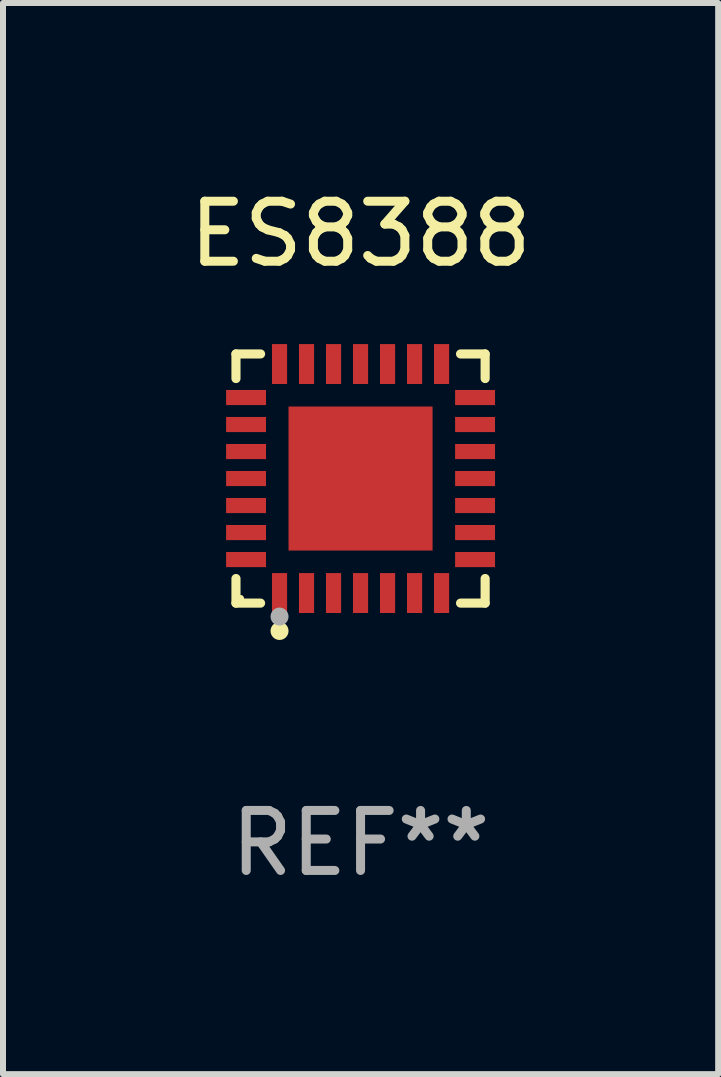
<source format=kicad_pcb>
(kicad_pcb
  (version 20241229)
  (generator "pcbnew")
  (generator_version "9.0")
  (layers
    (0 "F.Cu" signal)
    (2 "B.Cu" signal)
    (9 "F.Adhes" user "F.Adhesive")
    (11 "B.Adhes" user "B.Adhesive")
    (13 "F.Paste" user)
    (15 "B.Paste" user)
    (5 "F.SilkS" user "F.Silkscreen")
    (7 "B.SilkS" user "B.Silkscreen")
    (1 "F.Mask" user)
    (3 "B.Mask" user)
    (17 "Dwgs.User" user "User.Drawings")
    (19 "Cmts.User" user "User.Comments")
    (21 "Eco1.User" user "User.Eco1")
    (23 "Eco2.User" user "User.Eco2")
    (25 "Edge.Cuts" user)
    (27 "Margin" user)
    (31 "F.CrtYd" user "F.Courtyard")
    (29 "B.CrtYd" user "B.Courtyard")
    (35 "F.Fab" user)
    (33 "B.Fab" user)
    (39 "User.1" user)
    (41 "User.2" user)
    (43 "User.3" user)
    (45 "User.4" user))
  (footprint "ES8388"
    (layer "F.Cu")
    (at 2.958 4.924)
    (property "Reference" "ES8388" (at 0 -4.076 0) (layer "F.SilkS") (effects (font (size 1 1) (thickness 0.15))))
    (attr through_hole)
    (fp_line (start -2.076 -2.076) (end -1.666 -2.076) (stroke (width 0.152) (type solid)) (layer "F.SilkS"))
    (fp_line (start -2.076 -1.666) (end -2.076 -2.076) (stroke (width 0.152) (type solid)) (layer "F.SilkS"))
    (fp_line (start -2.076 1.666) (end -2.076 2.076) (stroke (width 0.152) (type solid)) (layer "F.SilkS"))
    (fp_line (start -2.076 2.076) (end -1.666 2.076) (stroke (width 0.152) (type solid)) (layer "F.SilkS"))
    (fp_line (start 2.076 -2.076) (end 1.666 -2.076) (stroke (width 0.152) (type solid)) (layer "F.SilkS"))
    (fp_line (start 2.076 -1.666) (end 2.076 -2.076) (stroke (width 0.152) (type solid)) (layer "F.SilkS"))
    (fp_line (start 2.076 1.666) (end 2.076 2.076) (stroke (width 0.152) (type solid)) (layer "F.SilkS"))
    (fp_line (start 2.076 2.076) (end 1.666 2.076) (stroke (width 0.152) (type solid)) (layer "F.SilkS"))
    (fp_circle (center -2 2) (end -1.97 2) (stroke (width 0.06) (type solid)) (fill no) (layer "F.SilkS"))
    (fp_circle (center -1.35 2.54) (end -1.275 2.54) (stroke (width 0.15) (type solid)) (fill no) (layer "F.SilkS"))
    (fp_circle (center -1.35 2.3) (end -1.275 2.3) (stroke (width 0.15) (type solid)) (fill no) (layer "F.Fab"))
    (fp_text user "REF**" (at 0 6.076 0) (layer "F.Fab") (effects (font (size 1 1) (thickness 0.15))))
    (pad "1" smd rect (at -1.35 1.908) (size 0.252 0.665) (layers "F.Cu" "F.Mask" "F.Paste"))
    (pad "2" smd rect (at -0.9 1.908) (size 0.252 0.665) (layers "F.Cu" "F.Mask" "F.Paste"))
    (pad "3" smd rect (at -0.45 1.908) (size 0.252 0.665) (layers "F.Cu" "F.Mask" "F.Paste"))
    (pad "4" smd rect (at 0 1.908) (size 0.252 0.665) (layers "F.Cu" "F.Mask" "F.Paste"))
    (pad "5" smd rect (at 0.45 1.908) (size 0.252 0.665) (layers "F.Cu" "F.Mask" "F.Paste"))
    (pad "6" smd rect (at 0.9 1.908) (size 0.252 0.665) (layers "F.Cu" "F.Mask" "F.Paste"))
    (pad "7" smd rect (at 1.35 1.908) (size 0.252 0.665) (layers "F.Cu" "F.Mask" "F.Paste"))
    (pad "8" smd rect (at 1.908 1.35) (size 0.665 0.252) (layers "F.Cu" "F.Mask" "F.Paste"))
    (pad "9" smd rect (at 1.908 0.9) (size 0.665 0.252) (layers "F.Cu" "F.Mask" "F.Paste"))
    (pad "10" smd rect (at 1.908 0.45) (size 0.665 0.252) (layers "F.Cu" "F.Mask" "F.Paste"))
    (pad "11" smd rect (at 1.908 0) (size 0.665 0.252) (layers "F.Cu" "F.Mask" "F.Paste"))
    (pad "12" smd rect (at 1.908 -0.45) (size 0.665 0.252) (layers "F.Cu" "F.Mask" "F.Paste"))
    (pad "13" smd rect (at 1.908 -0.9) (size 0.665 0.252) (layers "F.Cu" "F.Mask" "F.Paste"))
    (pad "14" smd rect (at 1.908 -1.35) (size 0.665 0.252) (layers "F.Cu" "F.Mask" "F.Paste"))
    (pad "15" smd rect (at 1.35 -1.908) (size 0.252 0.665) (layers "F.Cu" "F.Mask" "F.Paste"))
    (pad "16" smd rect (at 0.9 -1.908) (size 0.252 0.665) (layers "F.Cu" "F.Mask" "F.Paste"))
    (pad "17" smd rect (at 0.45 -1.908) (size 0.252 0.665) (layers "F.Cu" "F.Mask" "F.Paste"))
    (pad "18" smd rect (at 0 -1.908) (size 0.252 0.665) (layers "F.Cu" "F.Mask" "F.Paste"))
    (pad "19" smd rect (at -0.45 -1.908) (size 0.252 0.665) (layers "F.Cu" "F.Mask" "F.Paste"))
    (pad "20" smd rect (at -0.9 -1.908) (size 0.252 0.665) (layers "F.Cu" "F.Mask" "F.Paste"))
    (pad "21" smd rect (at -1.35 -1.908) (size 0.252 0.665) (layers "F.Cu" "F.Mask" "F.Paste"))
    (pad "22" smd rect (at -1.908 -1.35) (size 0.665 0.252) (layers "F.Cu" "F.Mask" "F.Paste"))
    (pad "23" smd rect (at -1.908 -0.9) (size 0.665 0.252) (layers "F.Cu" "F.Mask" "F.Paste"))
    (pad "24" smd rect (at -1.908 -0.45) (size 0.665 0.252) (layers "F.Cu" "F.Mask" "F.Paste"))
    (pad "25" smd rect (at -1.908 0) (size 0.665 0.252) (layers "F.Cu" "F.Mask" "F.Paste"))
    (pad "26" smd rect (at -1.908 0.45) (size 0.665 0.252) (layers "F.Cu" "F.Mask" "F.Paste"))
    (pad "27" smd rect (at -1.908 0.9) (size 0.665 0.252) (layers "F.Cu" "F.Mask" "F.Paste"))
    (pad "28" smd rect (at -1.908 1.35) (size 0.665 0.252) (layers "F.Cu" "F.Mask" "F.Paste"))
    (pad "29" smd rect (at 0 0) (size 2.4 2.4) (layers "F.Cu" "F.Mask" "F.Paste")))
  (gr_rect
    (start -3 -3)
    (end 8.917 14.849)
    (stroke (width 0.1) (type default))
    (fill no)
    (layer "Edge.Cuts")))
</source>
